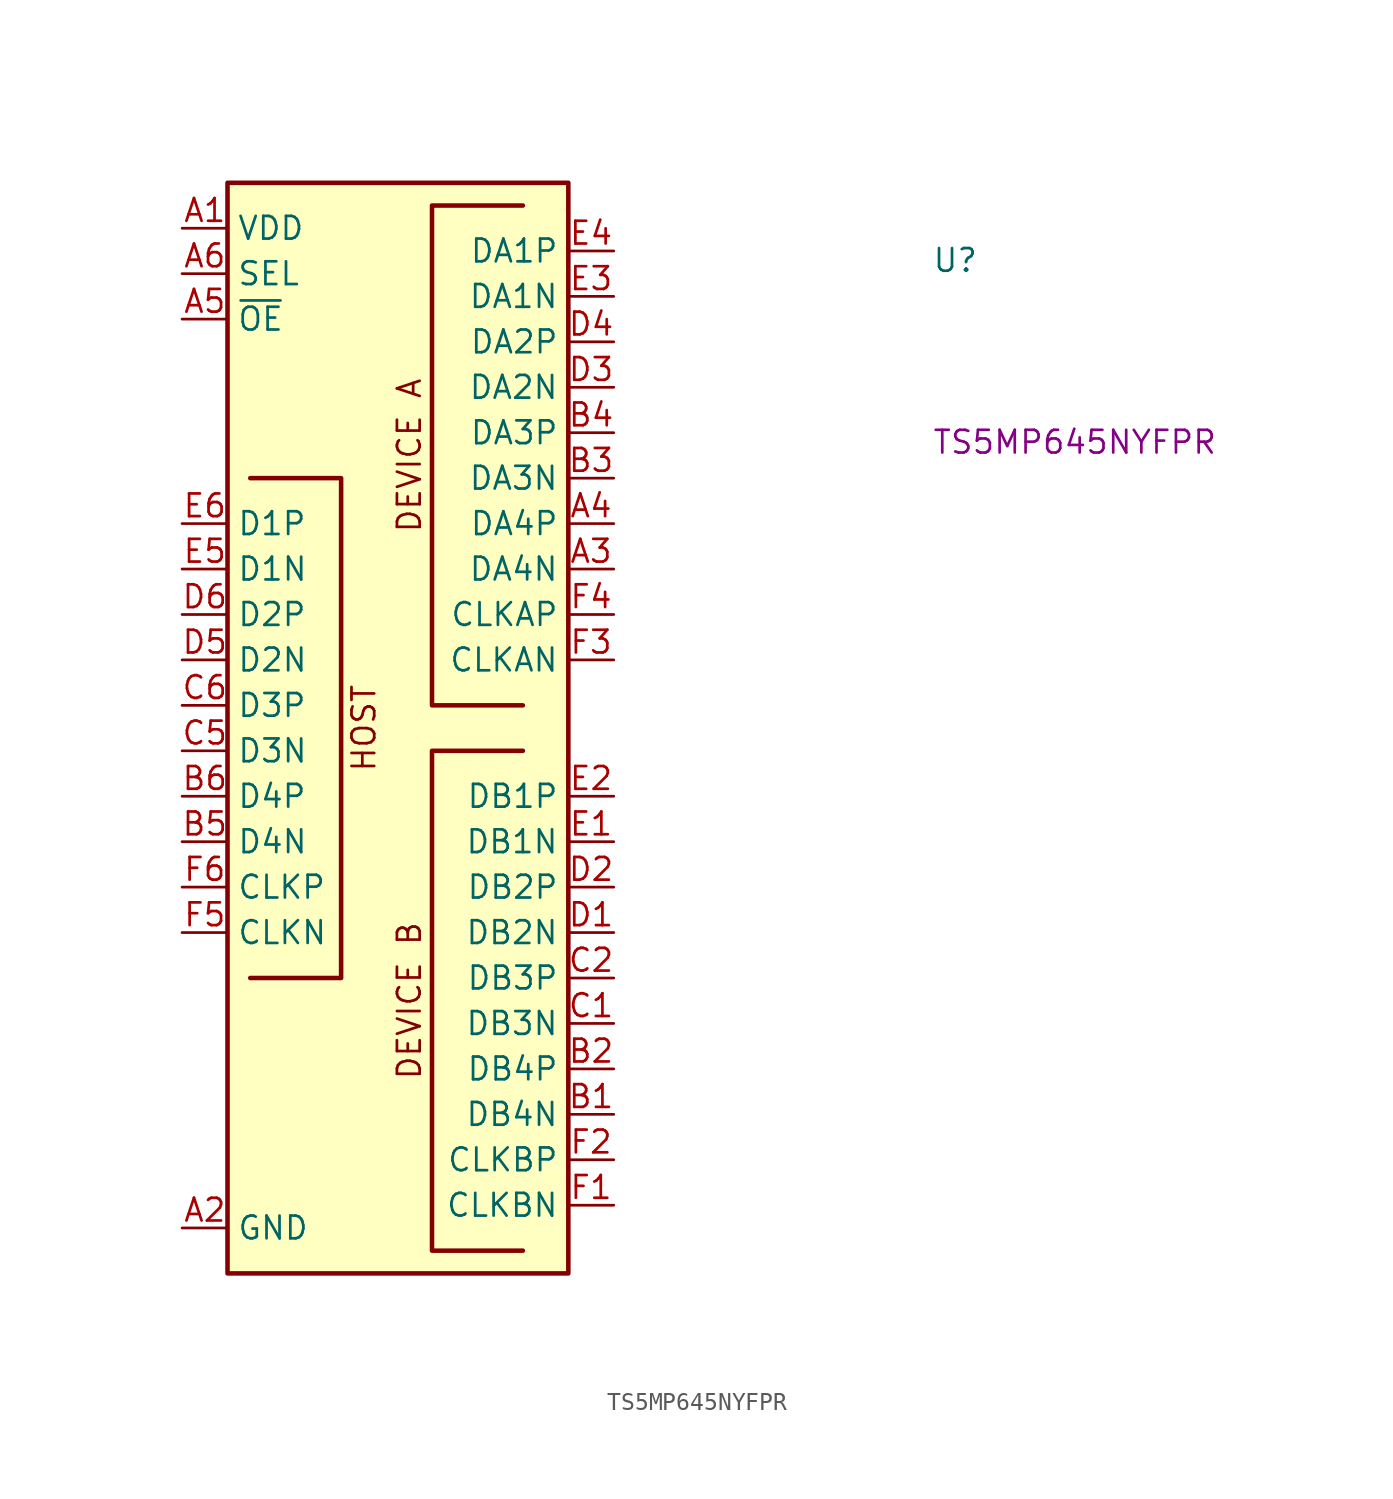
<source format=kicad_sym>
(kicad_symbol_lib
  (version 20220914)
  (generator kicad_symbol_editor)
  (symbol "TS5MP645NYFPR"
    (property "Reference" "U"
      (at 41.91 -2.54 0)
      (effects (font (size 1.27 1.27) (thickness 0.15)) (justify left bottom)))
    (property "MPN" "TS5MP645NYFPR"
      (at 41.91 -12.7 0)
      (effects (font (size 1.27 1.27) (thickness 0.15)) (justify left bottom)))
    (symbol "TS5MP645NYFPR_0_0"
      (text "DEVICE A" (at 12.7 -12.7 900) (effects (font (size 1.27 1.27))))
      (text "DEVICE B" (at 12.7 -43.18 900) (effects (font (size 1.27 1.27))))
      (text "HOST" (at 10.16 -27.94 900) (effects (font (size 1.27 1.27)))))
    (symbol "TS5MP645NYFPR_0_1"
      (polyline (pts (xy 3.81 -13.97) (xy 8.89 -13.97) (xy 8.89 -41.91) (xy 3.81 -41.91)) (stroke (width 0.254) (type default)) (fill (type none)))
      (polyline (pts (xy 19.05 -57.15) (xy 13.97 -57.15) (xy 13.97 -29.21) (xy 19.05 -29.21)) (stroke (width 0.254) (type default)) (fill (type none)))
      (polyline (pts (xy 19.05 -26.67) (xy 13.97 -26.67) (xy 13.97 1.27) (xy 19.05 1.27)) (stroke (width 0.254) (type default)) (fill (type none))))
    (symbol "TS5MP645NYFPR_1_1"
      (rectangle (start 2.54 2.54) (end 21.59 -58.42) (stroke (width 0.254) (type default)) (fill (type background)))
      (pin power_in line (at 0 0 0) (length 2.54) (name "VDD" (effects (font (size 1.27 1.27)))) (number "A1" (effects (font (size 1.27 1.27)))))
      (pin power_in line (at 0 -55.88 0) (length 2.54) (name "GND" (effects (font (size 1.27 1.27)))) (number "A2" (effects (font (size 1.27 1.27)))))
      (pin bidirectional line (at 24.13 -19.05 180) (length 2.54) (name "DA4N" (effects (font (size 1.27 1.27)))) (number "A3" (effects (font (size 1.27 1.27)))))
      (pin bidirectional line (at 24.13 -16.51 180) (length 2.54) (name "DA4P" (effects (font (size 1.27 1.27)))) (number "A4" (effects (font (size 1.27 1.27)))))
      (pin input line (at 0 -5.08 0) (length 2.54) (name "~{OE}" (effects (font (size 1.27 1.27)))) (number "A5" (effects (font (size 1.27 1.27)))))
      (pin input line (at 0 -2.54 0) (length 2.54) (name "SEL" (effects (font (size 1.27 1.27)))) (number "A6" (effects (font (size 1.27 1.27)))))
      (pin bidirectional line (at 24.13 -49.53 180) (length 2.54) (name "DB4N" (effects (font (size 1.27 1.27)))) (number "B1" (effects (font (size 1.27 1.27)))))
      (pin bidirectional line (at 24.13 -46.99 180) (length 2.54) (name "DB4P" (effects (font (size 1.27 1.27)))) (number "B2" (effects (font (size 1.27 1.27)))))
      (pin bidirectional line (at 24.13 -13.97 180) (length 2.54) (name "DA3N" (effects (font (size 1.27 1.27)))) (number "B3" (effects (font (size 1.27 1.27)))))
      (pin bidirectional line (at 24.13 -11.43 180) (length 2.54) (name "DA3P" (effects (font (size 1.27 1.27)))) (number "B4" (effects (font (size 1.27 1.27)))))
      (pin bidirectional line (at 0 -34.29 0) (length 2.54) (name "D4N" (effects (font (size 1.27 1.27)))) (number "B5" (effects (font (size 1.27 1.27)))))
      (pin bidirectional line (at 0 -31.75 0) (length 2.54) (name "D4P" (effects (font (size 1.27 1.27)))) (number "B6" (effects (font (size 1.27 1.27)))))
      (pin bidirectional line (at 24.13 -44.45 180) (length 2.54) (name "DB3N" (effects (font (size 1.27 1.27)))) (number "C1" (effects (font (size 1.27 1.27)))))
      (pin bidirectional line (at 24.13 -41.91 180) (length 2.54) (name "DB3P" (effects (font (size 1.27 1.27)))) (number "C2" (effects (font (size 1.27 1.27)))))
      (pin no_connect line (at 2.54 -53.34 0) (length 2.54) hide (name "NC" (effects (font (size 1.27 1.27)))) (number "C3" (effects (font (size 1.27 1.27)))))
      (pin no_connect line (at 2.54 -50.8 0) (length 2.54) hide (name "NC" (effects (font (size 1.27 1.27)))) (number "C4" (effects (font (size 1.27 1.27)))))
      (pin bidirectional line (at 0 -29.21 0) (length 2.54) (name "D3N" (effects (font (size 1.27 1.27)))) (number "C5" (effects (font (size 1.27 1.27)))))
      (pin bidirectional line (at 0 -26.67 0) (length 2.54) (name "D3P" (effects (font (size 1.27 1.27)))) (number "C6" (effects (font (size 1.27 1.27)))))
      (pin bidirectional line (at 24.13 -39.37 180) (length 2.54) (name "DB2N" (effects (font (size 1.27 1.27)))) (number "D1" (effects (font (size 1.27 1.27)))))
      (pin bidirectional line (at 24.13 -36.83 180) (length 2.54) (name "DB2P" (effects (font (size 1.27 1.27)))) (number "D2" (effects (font (size 1.27 1.27)))))
      (pin bidirectional line (at 24.13 -8.89 180) (length 2.54) (name "DA2N" (effects (font (size 1.27 1.27)))) (number "D3" (effects (font (size 1.27 1.27)))))
      (pin bidirectional line (at 24.13 -6.35 180) (length 2.54) (name "DA2P" (effects (font (size 1.27 1.27)))) (number "D4" (effects (font (size 1.27 1.27)))))
      (pin bidirectional line (at 0 -24.13 0) (length 2.54) (name "D2N" (effects (font (size 1.27 1.27)))) (number "D5" (effects (font (size 1.27 1.27)))))
      (pin bidirectional line (at 0 -21.59 0) (length 2.54) (name "D2P" (effects (font (size 1.27 1.27)))) (number "D6" (effects (font (size 1.27 1.27)))))
      (pin bidirectional line (at 24.13 -34.29 180) (length 2.54) (name "DB1N" (effects (font (size 1.27 1.27)))) (number "E1" (effects (font (size 1.27 1.27)))))
      (pin bidirectional line (at 24.13 -31.75 180) (length 2.54) (name "DB1P" (effects (font (size 1.27 1.27)))) (number "E2" (effects (font (size 1.27 1.27)))))
      (pin bidirectional line (at 24.13 -3.81 180) (length 2.54) (name "DA1N" (effects (font (size 1.27 1.27)))) (number "E3" (effects (font (size 1.27 1.27)))))
      (pin bidirectional line (at 24.13 -1.27 180) (length 2.54) (name "DA1P" (effects (font (size 1.27 1.27)))) (number "E4" (effects (font (size 1.27 1.27)))))
      (pin bidirectional line (at 0 -19.05 0) (length 2.54) (name "D1N" (effects (font (size 1.27 1.27)))) (number "E5" (effects (font (size 1.27 1.27)))))
      (pin bidirectional line (at 0 -16.51 0) (length 2.54) (name "D1P" (effects (font (size 1.27 1.27)))) (number "E6" (effects (font (size 1.27 1.27)))))
      (pin bidirectional line (at 24.13 -54.61 180) (length 2.54) (name "CLKBN" (effects (font (size 1.27 1.27)))) (number "F1" (effects (font (size 1.27 1.27)))))
      (pin bidirectional line (at 24.13 -52.07 180) (length 2.54) (name "CLKBP" (effects (font (size 1.27 1.27)))) (number "F2" (effects (font (size 1.27 1.27)))))
      (pin bidirectional line (at 24.13 -24.13 180) (length 2.54) (name "CLKAN" (effects (font (size 1.27 1.27)))) (number "F3" (effects (font (size 1.27 1.27)))))
      (pin bidirectional line (at 24.13 -21.59 180) (length 2.54) (name "CLKAP" (effects (font (size 1.27 1.27)))) (number "F4" (effects (font (size 1.27 1.27)))))
      (pin bidirectional line (at 0 -39.37 0) (length 2.54) (name "CLKN" (effects (font (size 1.27 1.27)))) (number "F5" (effects (font (size 1.27 1.27)))))
      (pin bidirectional line (at 0 -36.83 0) (length 2.54) (name "CLKP" (effects (font (size 1.27 1.27)))) (number "F6" (effects (font (size 1.27 1.27))))))))
</source>
